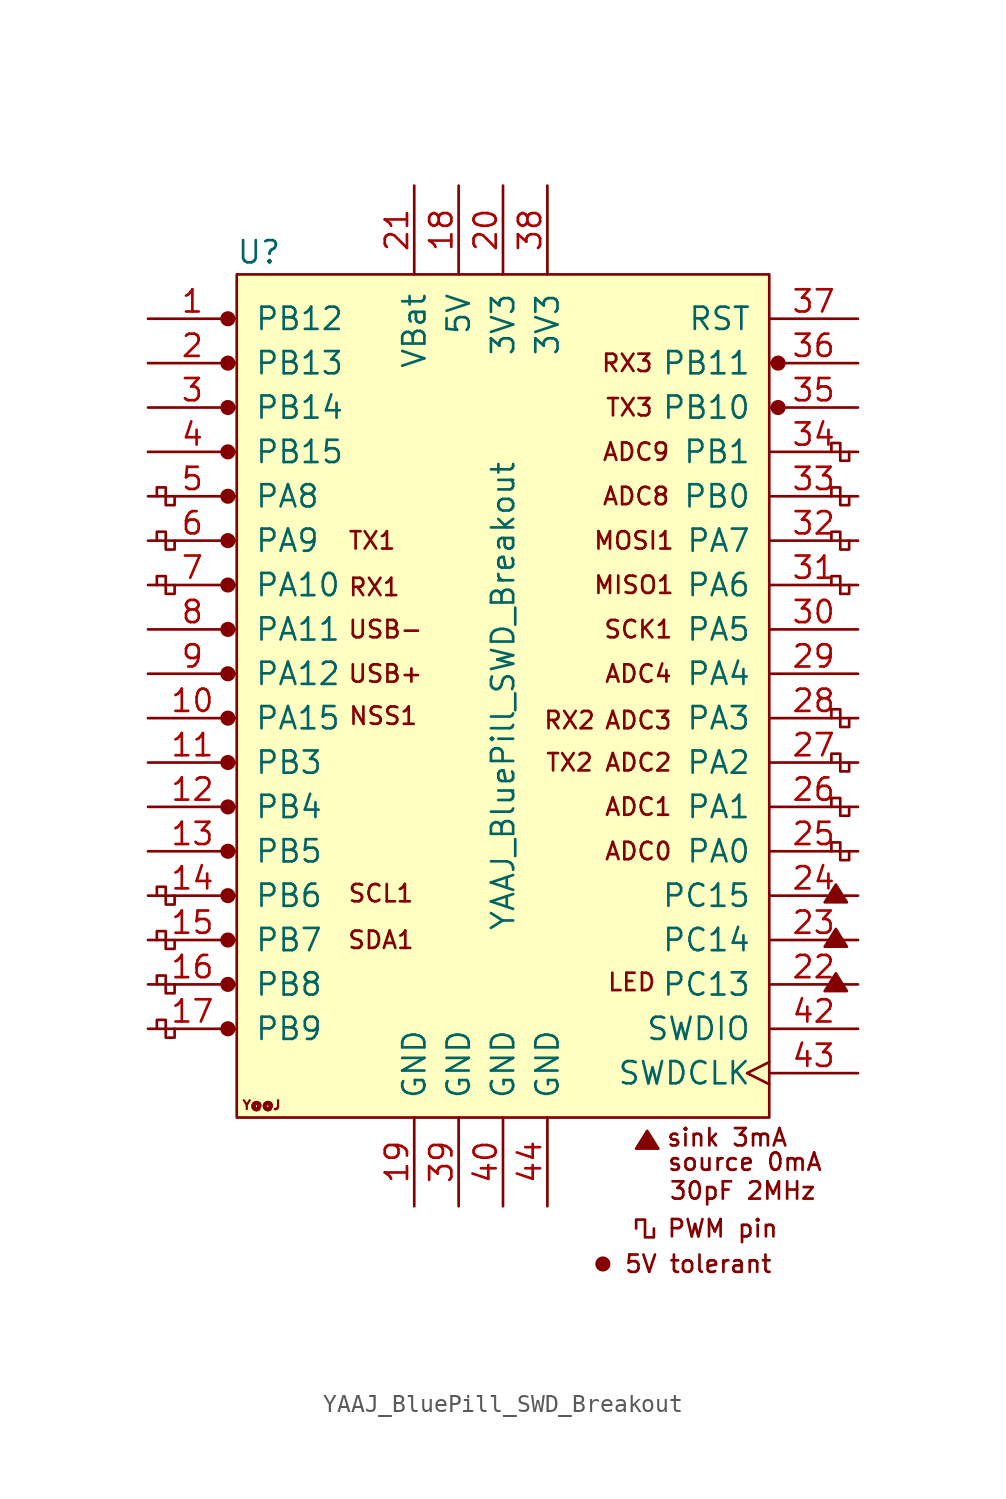
<source format=kicad_sym>
(kicad_symbol_lib
  (version 20211014)
  (generator kicad_symbol_editor)
  (symbol "YAAJ_BluePill_SWD_Breakout"
    (pin_names
      (offset 1.016))
    (property "Reference" "U"
      (at -13.97 24.13 0)
      (effects (font (size 1.27 1.27))))
    (property "Value" "YAAJ_BluePill_SWD_Breakout"
      (at 0 -1.27 90)
      (effects (font (size 1.27 1.27))))
    (symbol "YAAJ_BluePill_SWD_Breakout_0_0"
      (circle (center -15.748 -20.32) (radius 0.356) (stroke (width 0) (type default) (color 0 0 0 0)) (fill (type outline)))
      (circle (center -15.748 -17.78) (radius 0.356) (stroke (width 0) (type default) (color 0 0 0 0)) (fill (type outline)))
      (circle (center -15.748 -15.24) (radius 0.356) (stroke (width 0) (type default) (color 0 0 0 0)) (fill (type outline)))
      (circle (center -15.748 -12.7) (radius 0.356) (stroke (width 0) (type default) (color 0 0 0 0)) (fill (type outline)))
      (circle (center -15.748 -10.16) (radius 0.356) (stroke (width 0) (type default) (color 0 0 0 0)) (fill (type outline)))
      (circle (center -15.748 -7.62) (radius 0.356) (stroke (width 0) (type default) (color 0 0 0 0)) (fill (type outline)))
      (circle (center -15.748 -5.08) (radius 0.356) (stroke (width 0) (type default) (color 0 0 0 0)) (fill (type outline)))
      (circle (center -15.748 -2.54) (radius 0.356) (stroke (width 0) (type default) (color 0 0 0 0)) (fill (type outline)))
      (circle (center -15.748 0) (radius 0.356) (stroke (width 0) (type default) (color 0 0 0 0)) (fill (type outline)))
      (circle (center -15.748 2.54) (radius 0.356) (stroke (width 0) (type default) (color 0 0 0 0)) (fill (type outline)))
      (circle (center -15.748 5.08) (radius 0.356) (stroke (width 0) (type default) (color 0 0 0 0)) (fill (type outline)))
      (circle (center -15.748 7.62) (radius 0.356) (stroke (width 0) (type default) (color 0 0 0 0)) (fill (type outline)))
      (circle (center -15.748 10.16) (radius 0.356) (stroke (width 0) (type default) (color 0 0 0 0)) (fill (type outline)))
      (circle (center -15.748 12.7) (radius 0.356) (stroke (width 0) (type default) (color 0 0 0 0)) (fill (type outline)))
      (circle (center -15.748 15.24) (radius 0.356) (stroke (width 0) (type default) (color 0 0 0 0)) (fill (type outline)))
      (circle (center -15.748 20.32) (radius 0.356) (stroke (width 0) (type default) (color 0 0 0 0)) (fill (type outline)))
      (polyline (pts (xy 7.62 -27.178) (xy 8.255 -26.162) (xy 8.89 -27.178) (xy 7.62 -27.178) (xy 8.255 -26.289) (xy 8.763 -27.178) (xy 7.747 -27.051) (xy 8.255 -26.416) (xy 8.636 -27.178) (xy 7.874 -26.924) (xy 8.382 -26.543) (xy 8.509 -27.178) (xy 8.001 -26.797) (xy 8.509 -26.67) (xy 8.382 -27.051) (xy 8.128 -26.797) (xy 8.382 -26.924) (xy 8.255 -26.67)) (stroke (width 0) (type default) (color 0 0 0 0)) (fill (type none)))
      (polyline (pts (xy 18.415 -18.161) (xy 19.05 -17.145) (xy 19.685 -18.161) (xy 18.415 -18.161) (xy 19.05 -17.272) (xy 19.558 -18.161) (xy 18.542 -18.034) (xy 19.05 -17.399) (xy 19.431 -18.161) (xy 18.669 -17.907) (xy 19.177 -17.526) (xy 19.304 -18.161) (xy 18.796 -17.78) (xy 19.304 -17.653) (xy 19.177 -18.034) (xy 18.923 -17.78) (xy 19.177 -17.907) (xy 19.05 -17.653)) (stroke (width 0) (type default) (color 0 0 0 0)) (fill (type none)))
      (polyline (pts (xy 18.415 -15.621) (xy 19.05 -14.605) (xy 19.685 -15.621) (xy 18.415 -15.621) (xy 19.05 -14.732) (xy 19.558 -15.621) (xy 18.542 -15.494) (xy 19.05 -14.859) (xy 19.431 -15.621) (xy 18.669 -15.367) (xy 19.177 -14.986) (xy 19.304 -15.621) (xy 18.796 -15.24) (xy 19.304 -15.113) (xy 19.177 -15.494) (xy 18.923 -15.24) (xy 19.177 -15.367) (xy 19.05 -15.113)) (stroke (width 0) (type default) (color 0 0 0 0)) (fill (type none)))
      (polyline (pts (xy 18.415 -13.081) (xy 19.05 -12.065) (xy 19.685 -13.081) (xy 18.415 -13.081) (xy 19.05 -12.192) (xy 19.558 -13.081) (xy 18.542 -12.954) (xy 19.05 -12.319) (xy 19.431 -13.081) (xy 18.669 -12.827) (xy 19.177 -12.446) (xy 19.304 -13.081) (xy 18.796 -12.7) (xy 19.304 -12.573) (xy 19.177 -12.954) (xy 18.923 -12.7) (xy 19.177 -12.827) (xy 19.05 -12.573)) (stroke (width 0) (type default) (color 0 0 0 0)) (fill (type none)))
      (circle (center 5.715 -33.782) (radius 0.127) (stroke (width 0) (type default) (color 0 0 0 0)) (fill (type outline)))
      (circle (center 5.715 -33.782) (radius 0.254) (stroke (width 0) (type default) (color 0 0 0 0)) (fill (type none)))
      (circle (center 5.715 -33.782) (radius 0.356) (stroke (width 0) (type default) (color 0 0 0 0)) (fill (type none)))
      (circle (center 15.748 15.24) (radius 0.254) (stroke (width 0) (type default) (color 0 0 0 0)) (fill (type outline)))
      (circle (center 15.748 15.24) (radius 0.356) (stroke (width 0) (type default) (color 0 0 0 0)) (fill (type none)))
      (circle (center 15.748 17.78) (radius 0.254) (stroke (width 0) (type default) (color 0 0 0 0)) (fill (type outline)))
      (circle (center 15.748 17.78) (radius 0.356) (stroke (width 0) (type default) (color 0 0 0 0)) (fill (type none)))
      (text "30pF 2MHz" (at 13.716 -29.591 0) (effects (font (size 0.991 0.991))))
      (text "5V tolerant" (at 11.176 -33.782 0) (effects (font (size 0.991 0.991))))
      (text "ADC0" (at 7.747 -10.16 0) (effects (font (size 0.991 0.991))))
      (text "ADC1" (at 7.747 -7.62 0) (effects (font (size 0.991 0.991))))
      (text "ADC2" (at 7.747 -5.08 0) (effects (font (size 0.991 0.991))))
      (text "ADC3" (at 7.747 -2.667 0) (effects (font (size 0.991 0.991))))
      (text "ADC4" (at 7.747 0 0) (effects (font (size 0.991 0.991))))
      (text "ADC8" (at 7.62 10.16 0) (effects (font (size 0.991 0.991))))
      (text "ADC9" (at 7.62 12.7 0) (effects (font (size 0.991 0.991))))
      (text "LED" (at 7.366 -17.653 0) (effects (font (size 0.991 0.991))))
      (text "MISO1" (at 7.493 5.08 0) (effects (font (size 0.991 0.991))))
      (text "MOSI1" (at 7.493 7.62 0) (effects (font (size 0.991 0.991))))
      (text "NSS1" (at -6.858 -2.413 0) (effects (font (size 0.991 0.991))))
      (text "PWM pin" (at 12.573 -31.75 0) (effects (font (size 0.991 0.991))))
      (text "RX1" (at -7.366 4.953 0) (effects (font (size 0.991 0.991))))
      (text "RX2" (at 3.81 -2.667 0) (effects (font (size 0.991 0.991))))
      (text "RX3" (at 7.112 17.78 0) (effects (font (size 0.991 0.991))))
      (text "SCK1" (at 7.747 2.54 0) (effects (font (size 0.991 0.991))))
      (text "SCL1" (at -6.985 -12.573 0) (effects (font (size 0.991 0.991))))
      (text "SDA1" (at -6.985 -15.24 0) (effects (font (size 0.991 0.991))))
      (text "sink 3mA" (at 12.827 -26.543 0) (effects (font (size 0.991 0.991))))
      (text "source 0mA" (at 13.843 -27.94 0) (effects (font (size 0.991 0.991))))
      (text "TX1" (at -7.493 7.62 0) (effects (font (size 0.991 0.991))))
      (text "TX2" (at 3.81 -5.08 0) (effects (font (size 0.991 0.991))))
      (text "TX3" (at 7.239 15.24 0) (effects (font (size 0.991 0.991))))
      (text "USB+" (at -6.731 0 0) (effects (font (size 0.991 0.991))))
      (text "USB-" (at -6.731 2.54 0) (effects (font (size 0.991 0.991))))
      (text "Y@@J" (at -13.818 -24.689 0) (effects (font (size 0.508 0.508)))))
    (symbol "YAAJ_BluePill_SWD_Breakout_0_1"
      (rectangle (start -15.24 22.86) (end 15.24 -25.4) (stroke (width 0) (type default) (color 0 0 0 0)) (fill (type background)))
      (polyline (pts (xy -18.796 -20.32) (xy -18.796 -20.828) (xy -19.304 -20.828) (xy -19.304 -19.812) (xy -19.812 -19.812) (xy -19.812 -20.32)) (stroke (width 0) (type default) (color 0 0 0 0)) (fill (type none)))
      (polyline (pts (xy -18.796 -17.78) (xy -18.796 -18.288) (xy -19.304 -18.288) (xy -19.304 -17.272) (xy -19.812 -17.272) (xy -19.812 -17.78)) (stroke (width 0) (type default) (color 0 0 0 0)) (fill (type none)))
      (polyline (pts (xy -18.796 -15.24) (xy -18.796 -15.748) (xy -19.304 -15.748) (xy -19.304 -14.732) (xy -19.812 -14.732) (xy -19.812 -15.24)) (stroke (width 0) (type default) (color 0 0 0 0)) (fill (type none)))
      (polyline (pts (xy -18.796 -12.7) (xy -18.796 -13.208) (xy -19.304 -13.208) (xy -19.304 -12.192) (xy -19.812 -12.192) (xy -19.812 -12.7)) (stroke (width 0) (type default) (color 0 0 0 0)) (fill (type none)))
      (polyline (pts (xy -18.796 5.08) (xy -18.796 4.572) (xy -19.304 4.572) (xy -19.304 5.588) (xy -19.812 5.588) (xy -19.812 5.08)) (stroke (width 0) (type default) (color 0 0 0 0)) (fill (type none)))
      (polyline (pts (xy -18.796 7.62) (xy -18.796 7.112) (xy -19.304 7.112) (xy -19.304 8.128) (xy -19.812 8.128) (xy -19.812 7.62)) (stroke (width 0) (type default) (color 0 0 0 0)) (fill (type none)))
      (polyline (pts (xy -18.796 10.16) (xy -18.796 9.652) (xy -19.304 9.652) (xy -19.304 10.668) (xy -19.812 10.668) (xy -19.812 10.16)) (stroke (width 0) (type default) (color 0 0 0 0)) (fill (type none)))
      (polyline (pts (xy 8.636 -31.75) (xy 8.636 -32.258) (xy 8.128 -32.258) (xy 8.128 -31.242) (xy 7.62 -31.242) (xy 7.62 -31.75)) (stroke (width 0) (type default) (color 0 0 0 0)) (fill (type none)))
      (polyline (pts (xy 19.812 -10.16) (xy 19.812 -10.668) (xy 19.304 -10.668) (xy 19.304 -9.652) (xy 18.796 -9.652) (xy 18.796 -10.16)) (stroke (width 0) (type default) (color 0 0 0 0)) (fill (type none)))
      (polyline (pts (xy 19.812 -7.62) (xy 19.812 -8.128) (xy 19.304 -8.128) (xy 19.304 -7.112) (xy 18.796 -7.112) (xy 18.796 -7.62)) (stroke (width 0) (type default) (color 0 0 0 0)) (fill (type none)))
      (polyline (pts (xy 19.812 -5.08) (xy 19.812 -5.588) (xy 19.304 -5.588) (xy 19.304 -4.572) (xy 18.796 -4.572) (xy 18.796 -5.08)) (stroke (width 0) (type default) (color 0 0 0 0)) (fill (type none)))
      (polyline (pts (xy 19.812 -2.54) (xy 19.812 -3.048) (xy 19.304 -3.048) (xy 19.304 -2.032) (xy 18.796 -2.032) (xy 18.796 -2.54)) (stroke (width 0) (type default) (color 0 0 0 0)) (fill (type none)))
      (polyline (pts (xy 19.812 5.08) (xy 19.812 4.572) (xy 19.304 4.572) (xy 19.304 5.588) (xy 18.796 5.588) (xy 18.796 5.08)) (stroke (width 0) (type default) (color 0 0 0 0)) (fill (type none)))
      (polyline (pts (xy 19.812 7.62) (xy 19.812 7.112) (xy 19.304 7.112) (xy 19.304 8.128) (xy 18.796 8.128) (xy 18.796 7.62)) (stroke (width 0) (type default) (color 0 0 0 0)) (fill (type none)))
      (polyline (pts (xy 19.812 10.16) (xy 19.812 9.652) (xy 19.304 9.652) (xy 19.304 10.668) (xy 18.796 10.668) (xy 18.796 10.16)) (stroke (width 0) (type default) (color 0 0 0 0)) (fill (type none)))
      (polyline (pts (xy 19.812 12.7) (xy 19.812 12.192) (xy 19.304 12.192) (xy 19.304 13.208) (xy 18.796 13.208) (xy 18.796 12.7)) (stroke (width 0) (type default) (color 0 0 0 0)) (fill (type none))))
    (symbol "YAAJ_BluePill_SWD_Breakout_1_1"
      (circle (center -15.748 17.78) (radius 0.356) (stroke (width 0) (type default) (color 0 0 0 0)) (fill (type outline)))
      (pin bidirectional line (at -20.32 20.32 0) (length 5.08) (name "PB12" (effects (font (size 1.27 1.27)))) (number "1" (effects (font (size 1.27 1.27)))))
      (pin bidirectional line (at -20.32 -2.54 0) (length 5.08) (name "PA15" (effects (font (size 1.27 1.27)))) (number "10" (effects (font (size 1.27 1.27)))))
      (pin bidirectional line (at -20.32 -5.08 0) (length 5.08) (name "PB3" (effects (font (size 1.27 1.27)))) (number "11" (effects (font (size 1.27 1.27)))))
      (pin bidirectional line (at -20.32 -7.62 0) (length 5.08) (name "PB4" (effects (font (size 1.27 1.27)))) (number "12" (effects (font (size 1.27 1.27)))))
      (pin bidirectional line (at -20.32 -10.16 0) (length 5.08) (name "PB5" (effects (font (size 1.27 1.27)))) (number "13" (effects (font (size 1.27 1.27)))))
      (pin bidirectional line (at -20.32 -12.7 0) (length 5.08) (name "PB6" (effects (font (size 1.27 1.27)))) (number "14" (effects (font (size 1.27 1.27)))))
      (pin bidirectional line (at -20.32 -15.24 0) (length 5.08) (name "PB7" (effects (font (size 1.27 1.27)))) (number "15" (effects (font (size 1.27 1.27)))))
      (pin bidirectional line (at -20.32 -17.78 0) (length 5.08) (name "PB8" (effects (font (size 1.27 1.27)))) (number "16" (effects (font (size 1.27 1.27)))))
      (pin bidirectional line (at -20.32 -20.32 0) (length 5.08) (name "PB9" (effects (font (size 1.27 1.27)))) (number "17" (effects (font (size 1.27 1.27)))))
      (pin power_in line (at -2.54 27.94 270) (length 5.08) (name "5V" (effects (font (size 1.27 1.27)))) (number "18" (effects (font (size 1.27 1.27)))))
      (pin power_in line (at -5.08 -30.48 90) (length 5.08) (name "GND" (effects (font (size 1.27 1.27)))) (number "19" (effects (font (size 1.27 1.27)))))
      (pin bidirectional line (at -20.32 17.78 0) (length 5.08) (name "PB13" (effects (font (size 1.27 1.27)))) (number "2" (effects (font (size 1.27 1.27)))))
      (pin power_in line (at 0 27.94 270) (length 5.08) (name "3V3" (effects (font (size 1.27 1.27)))) (number "20" (effects (font (size 1.27 1.27)))))
      (pin power_in line (at -5.08 27.94 270) (length 5.08) (name "VBat" (effects (font (size 1.27 1.27)))) (number "21" (effects (font (size 1.27 1.27)))))
      (pin bidirectional line (at 20.32 -17.78 180) (length 5.08) (name "PC13" (effects (font (size 1.27 1.27)))) (number "22" (effects (font (size 1.27 1.27)))))
      (pin bidirectional line (at 20.32 -15.24 180) (length 5.08) (name "PC14" (effects (font (size 1.27 1.27)))) (number "23" (effects (font (size 1.27 1.27)))))
      (pin bidirectional line (at 20.32 -12.7 180) (length 5.08) (name "PC15" (effects (font (size 1.27 1.27)))) (number "24" (effects (font (size 1.27 1.27)))))
      (pin bidirectional line (at 20.32 -10.16 180) (length 5.08) (name "PA0" (effects (font (size 1.27 1.27)))) (number "25" (effects (font (size 1.27 1.27)))))
      (pin bidirectional line (at 20.32 -7.62 180) (length 5.08) (name "PA1" (effects (font (size 1.27 1.27)))) (number "26" (effects (font (size 1.27 1.27)))))
      (pin bidirectional line (at 20.32 -5.08 180) (length 5.08) (name "PA2" (effects (font (size 1.27 1.27)))) (number "27" (effects (font (size 1.27 1.27)))))
      (pin bidirectional line (at 20.32 -2.54 180) (length 5.08) (name "PA3" (effects (font (size 1.27 1.27)))) (number "28" (effects (font (size 1.27 1.27)))))
      (pin bidirectional line (at 20.32 0 180) (length 5.08) (name "PA4" (effects (font (size 1.27 1.27)))) (number "29" (effects (font (size 1.27 1.27)))))
      (pin bidirectional line (at -20.32 15.24 0) (length 5.08) (name "PB14" (effects (font (size 1.27 1.27)))) (number "3" (effects (font (size 1.27 1.27)))))
      (pin bidirectional line (at 20.32 2.54 180) (length 5.08) (name "PA5" (effects (font (size 1.27 1.27)))) (number "30" (effects (font (size 1.27 1.27)))))
      (pin bidirectional line (at 20.32 5.08 180) (length 5.08) (name "PA6" (effects (font (size 1.27 1.27)))) (number "31" (effects (font (size 1.27 1.27)))))
      (pin bidirectional line (at 20.32 7.62 180) (length 5.08) (name "PA7" (effects (font (size 1.27 1.27)))) (number "32" (effects (font (size 1.27 1.27)))))
      (pin bidirectional line (at 20.32 10.16 180) (length 5.08) (name "PB0" (effects (font (size 1.27 1.27)))) (number "33" (effects (font (size 1.27 1.27)))))
      (pin bidirectional line (at 20.32 12.7 180) (length 5.08) (name "PB1" (effects (font (size 1.27 1.27)))) (number "34" (effects (font (size 1.27 1.27)))))
      (pin bidirectional line (at 20.32 15.24 180) (length 5.08) (name "PB10" (effects (font (size 1.27 1.27)))) (number "35" (effects (font (size 1.27 1.27)))))
      (pin bidirectional line (at 20.32 17.78 180) (length 5.08) (name "PB11" (effects (font (size 1.27 1.27)))) (number "36" (effects (font (size 1.27 1.27)))))
      (pin input line (at 20.32 20.32 180) (length 5.08) (name "RST" (effects (font (size 1.27 1.27)))) (number "37" (effects (font (size 1.27 1.27)))))
      (pin power_in line (at 2.54 27.94 270) (length 5.08) (name "3V3" (effects (font (size 1.27 1.27)))) (number "38" (effects (font (size 1.27 1.27)))))
      (pin power_in line (at -2.54 -30.48 90) (length 5.08) (name "GND" (effects (font (size 1.27 1.27)))) (number "39" (effects (font (size 1.27 1.27)))))
      (pin bidirectional line (at -20.32 12.7 0) (length 5.08) (name "PB15" (effects (font (size 1.27 1.27)))) (number "4" (effects (font (size 1.27 1.27)))))
      (pin power_in line (at 0 -30.48 90) (length 5.08) (name "GND" (effects (font (size 1.27 1.27)))) (number "40" (effects (font (size 1.27 1.27)))))
      (pin bidirectional line (at 20.32 -20.32 180) (length 5.08) (name "SWDIO" (effects (font (size 1.27 1.27)))) (number "42" (effects (font (size 1.27 1.27)))))
      (pin input clock (at 20.32 -22.86 180) (length 5.08) (name "SWDCLK" (effects (font (size 1.27 1.27)))) (number "43" (effects (font (size 1.27 1.27)))))
      (pin power_in line (at 2.54 -30.48 90) (length 5.08) (name "GND" (effects (font (size 1.27 1.27)))) (number "44" (effects (font (size 1.27 1.27)))))
      (pin bidirectional line (at -20.32 10.16 0) (length 5.08) (name "PA8" (effects (font (size 1.27 1.27)))) (number "5" (effects (font (size 1.27 1.27)))))
      (pin bidirectional line (at -20.32 7.62 0) (length 5.08) (name "PA9" (effects (font (size 1.27 1.27)))) (number "6" (effects (font (size 1.27 1.27)))))
      (pin bidirectional line (at -20.32 5.08 0) (length 5.08) (name "PA10" (effects (font (size 1.27 1.27)))) (number "7" (effects (font (size 1.27 1.27)))))
      (pin bidirectional line (at -20.32 2.54 0) (length 5.08) (name "PA11" (effects (font (size 1.27 1.27)))) (number "8" (effects (font (size 1.27 1.27)))))
      (pin bidirectional line (at -20.32 0 0) (length 5.08) (name "PA12" (effects (font (size 1.27 1.27)))) (number "9" (effects (font (size 1.27 1.27))))))))
</source>
